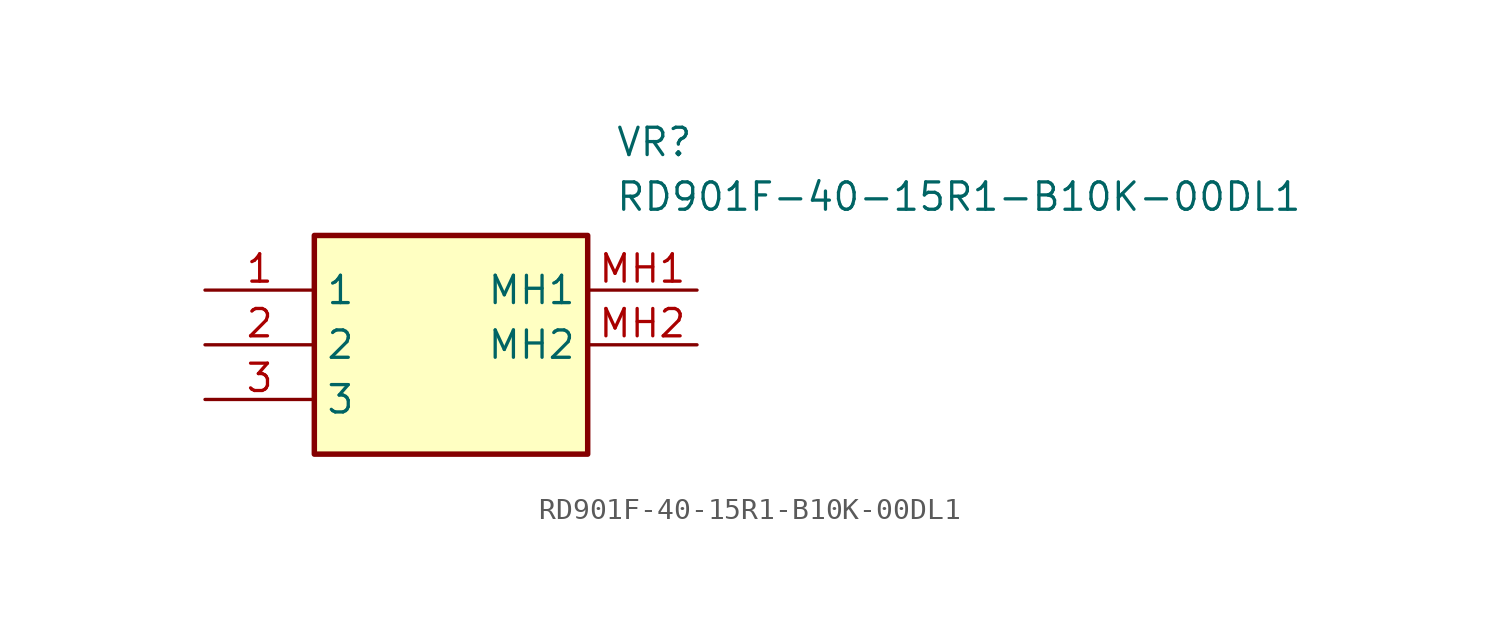
<source format=kicad_sym>
(kicad_symbol_lib
  (version 20211014)
  (generator SamacSys_ECAD_Model)
  (symbol "RD901F-40-15R1-B10K-00DL1"
    (property "Reference" "VR"
      (at 19.05 7.62 0)
      (effects (font (size 1.27 1.27)) (justify left top)))
    (property "Value" "RD901F-40-15R1-B10K-00DL1"
      (at 19.05 5.08 0)
      (effects (font (size 1.27 1.27)) (justify left top)))
    (rectangle
      (start 5.08 2.54)
      (end 17.78 -7.62)
      (stroke (width 0.254) (type default))
      (fill (type background)))
    (pin passive line
      (at 0 0 0)
      (length 5.08)
      (name "1" (effects (font (size 1.27 1.27))))
      (number "1" (effects (font (size 1.27 1.27)))))
    (pin passive line
      (at 0 -2.54 0)
      (length 5.08)
      (name "2" (effects (font (size 1.27 1.27))))
      (number "2" (effects (font (size 1.27 1.27)))))
    (pin passive line
      (at 0 -5.08 0)
      (length 5.08)
      (name "3" (effects (font (size 1.27 1.27))))
      (number "3" (effects (font (size 1.27 1.27)))))
    (pin passive line
      (at 22.86 0 180)
      (length 5.08)
      (name "MH1" (effects (font (size 1.27 1.27))))
      (number "MH1" (effects (font (size 1.27 1.27)))))
    (pin passive line
      (at 22.86 -2.54 180)
      (length 5.08)
      (name "MH2" (effects (font (size 1.27 1.27))))
      (number "MH2" (effects (font (size 1.27 1.27)))))))
</source>
